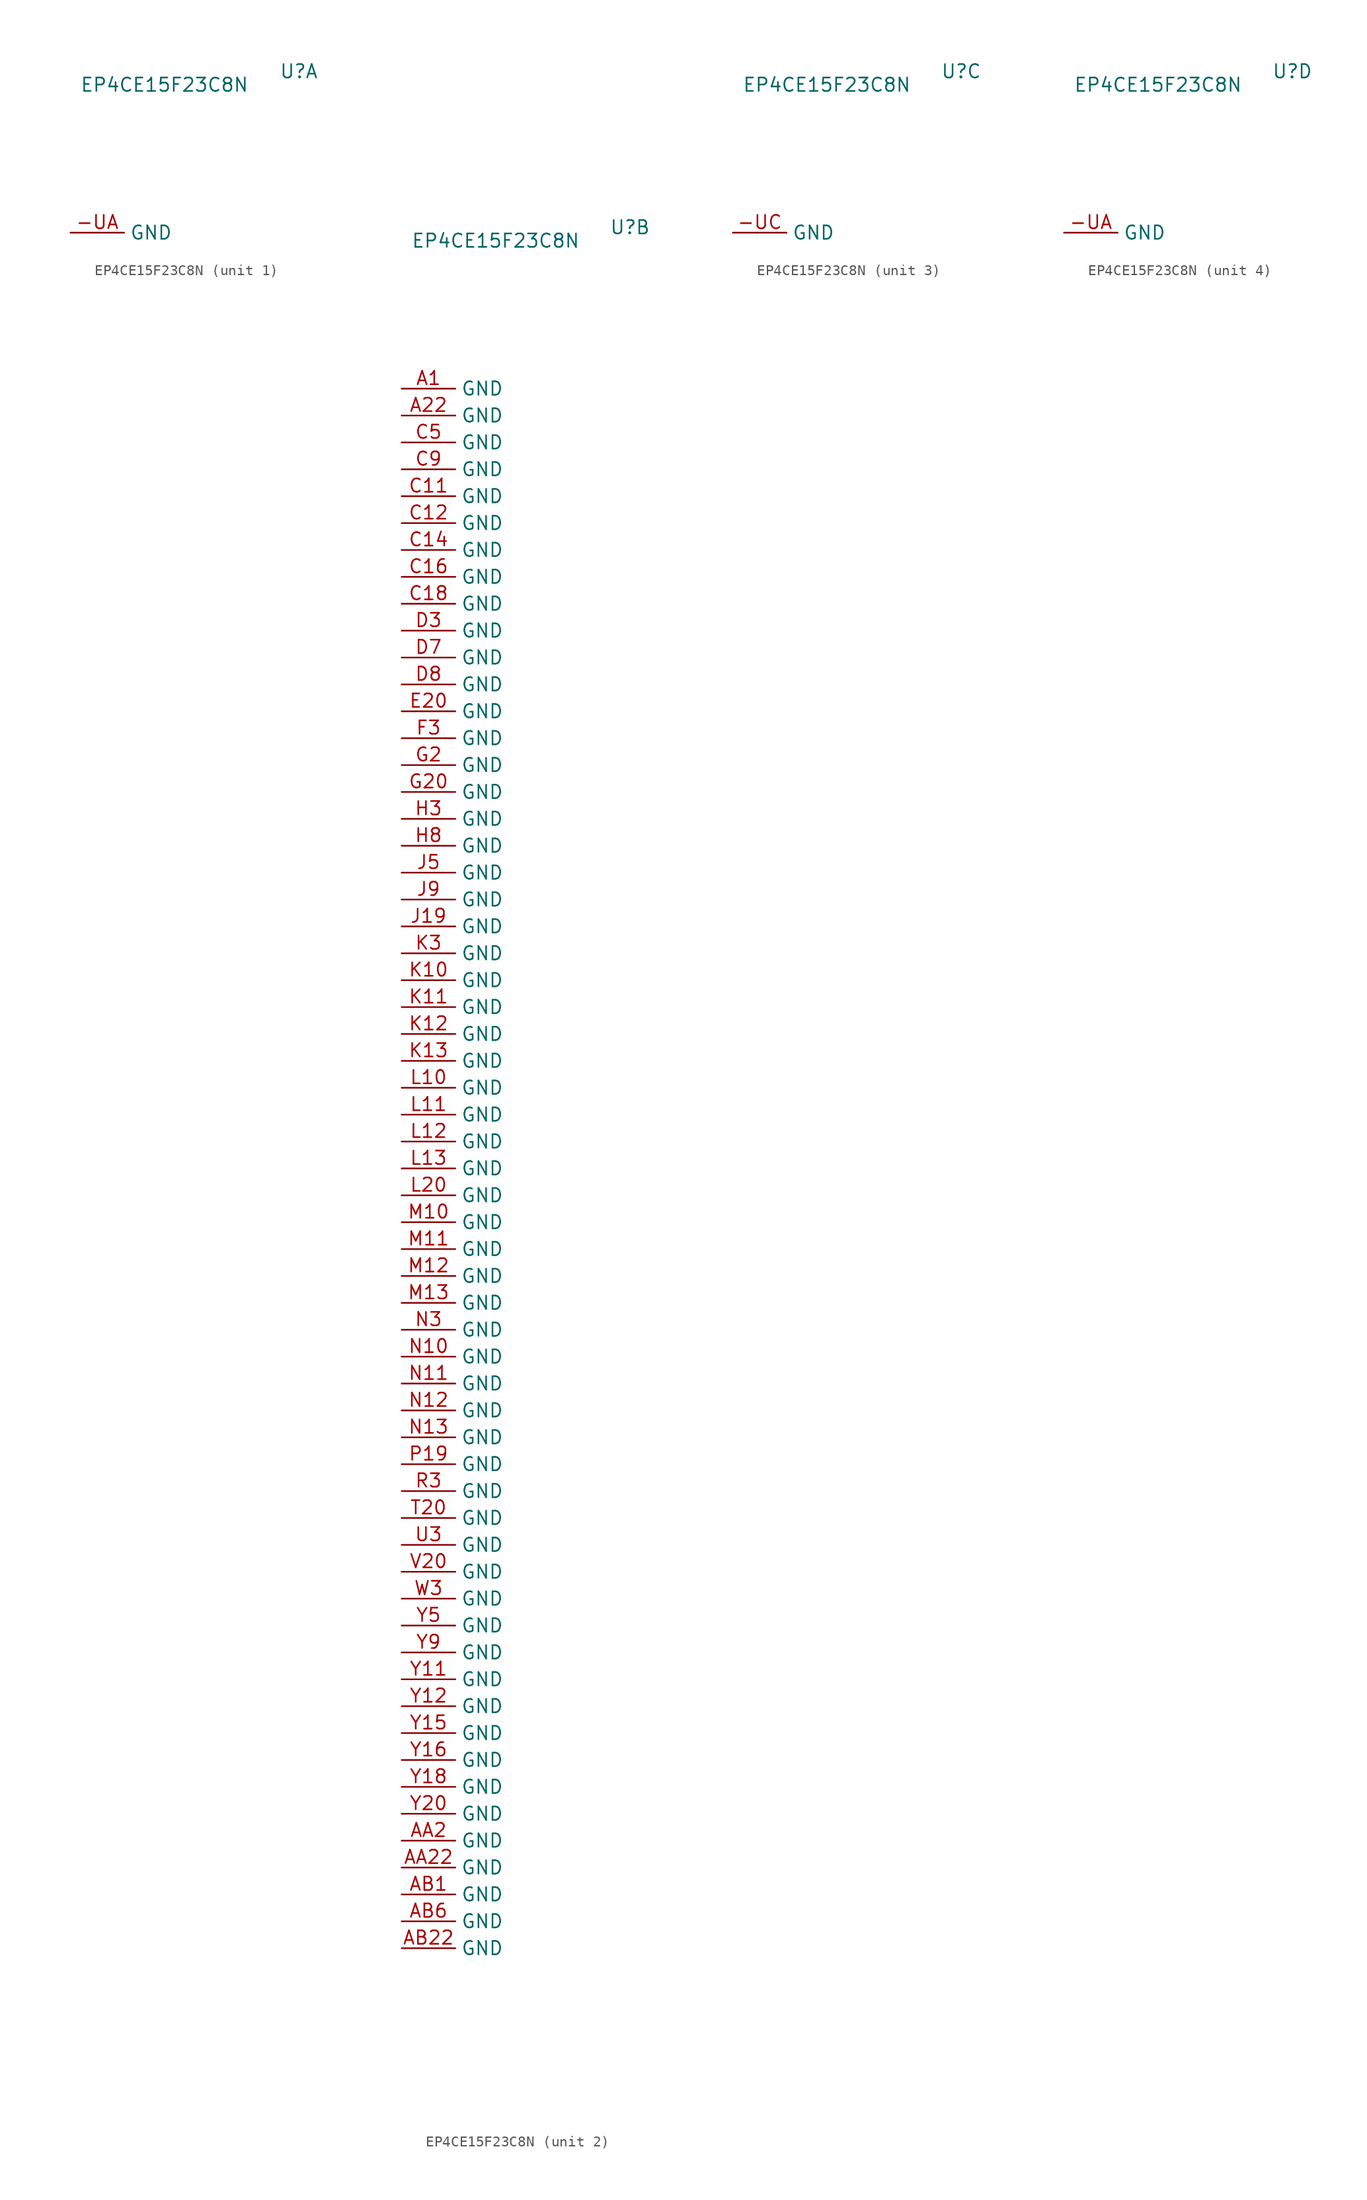
<source format=kicad_sym>
(kicad_symbol_lib
  (version 20211014)
  (generator kicad_symbol_editor)
  (symbol "EP4CE15F23C8N"
    (property "Reference" "U"
      (at 2.54 12.7 0)
      (effects (font (size 1.27 1.27))))
    (property "Value" "EP4CE15F23C8N"
      (at -10.16 11.43 0)
      (effects (font (size 1.27 1.27))))
    (symbol "EP4CE15F23C8N_1_1"
      (pin power_out line (at -19.05 -2.54 0) (length 5.08) (name "GND" (effects (font (size 1.27 1.27)))) (number "-UA" (effects (font (size 1.27 1.27))))))
    (symbol "EP4CE15F23C8N_2_1"
      (pin power_out line (at -19.05 -2.54 0) (length 5.08) (name "GND" (effects (font (size 1.27 1.27)))) (number "A1" (effects (font (size 1.27 1.27)))))
      (pin power_out line (at -19.05 -5.08 0) (length 5.08) (name "GND" (effects (font (size 1.27 1.27)))) (number "A22" (effects (font (size 1.27 1.27)))))
      (pin power_out line (at -19.05 -139.7 0) (length 5.08) (name "GND" (effects (font (size 1.27 1.27)))) (number "AA2" (effects (font (size 1.27 1.27)))))
      (pin power_out line (at -19.05 -142.24 0) (length 5.08) (name "GND" (effects (font (size 1.27 1.27)))) (number "AA22" (effects (font (size 1.27 1.27)))))
      (pin power_out line (at -19.05 -144.78 0) (length 5.08) (name "GND" (effects (font (size 1.27 1.27)))) (number "AB1" (effects (font (size 1.27 1.27)))))
      (pin power_out line (at -19.05 -149.86 0) (length 5.08) (name "GND" (effects (font (size 1.27 1.27)))) (number "AB22" (effects (font (size 1.27 1.27)))))
      (pin power_out line (at -19.05 -147.32 0) (length 5.08) (name "GND" (effects (font (size 1.27 1.27)))) (number "AB6" (effects (font (size 1.27 1.27)))))
      (pin power_out line (at -19.05 -12.7 0) (length 5.08) (name "GND" (effects (font (size 1.27 1.27)))) (number "C11" (effects (font (size 1.27 1.27)))))
      (pin power_out line (at -19.05 -15.24 0) (length 5.08) (name "GND" (effects (font (size 1.27 1.27)))) (number "C12" (effects (font (size 1.27 1.27)))))
      (pin power_out line (at -19.05 -17.78 0) (length 5.08) (name "GND" (effects (font (size 1.27 1.27)))) (number "C14" (effects (font (size 1.27 1.27)))))
      (pin power_out line (at -19.05 -20.32 0) (length 5.08) (name "GND" (effects (font (size 1.27 1.27)))) (number "C16" (effects (font (size 1.27 1.27)))))
      (pin power_out line (at -19.05 -22.86 0) (length 5.08) (name "GND" (effects (font (size 1.27 1.27)))) (number "C18" (effects (font (size 1.27 1.27)))))
      (pin power_out line (at -19.05 -7.62 0) (length 5.08) (name "GND" (effects (font (size 1.27 1.27)))) (number "C5" (effects (font (size 1.27 1.27)))))
      (pin power_out line (at -19.05 -10.16 0) (length 5.08) (name "GND" (effects (font (size 1.27 1.27)))) (number "C9" (effects (font (size 1.27 1.27)))))
      (pin power_out line (at -19.05 -25.4 0) (length 5.08) (name "GND" (effects (font (size 1.27 1.27)))) (number "D3" (effects (font (size 1.27 1.27)))))
      (pin power_out line (at -19.05 -27.94 0) (length 5.08) (name "GND" (effects (font (size 1.27 1.27)))) (number "D7" (effects (font (size 1.27 1.27)))))
      (pin power_out line (at -19.05 -30.48 0) (length 5.08) (name "GND" (effects (font (size 1.27 1.27)))) (number "D8" (effects (font (size 1.27 1.27)))))
      (pin power_out line (at -19.05 -33.02 0) (length 5.08) (name "GND" (effects (font (size 1.27 1.27)))) (number "E20" (effects (font (size 1.27 1.27)))))
      (pin power_out line (at -19.05 -35.56 0) (length 5.08) (name "GND" (effects (font (size 1.27 1.27)))) (number "F3" (effects (font (size 1.27 1.27)))))
      (pin power_out line (at -19.05 -38.1 0) (length 5.08) (name "GND" (effects (font (size 1.27 1.27)))) (number "G2" (effects (font (size 1.27 1.27)))))
      (pin power_out line (at -19.05 -40.64 0) (length 5.08) (name "GND" (effects (font (size 1.27 1.27)))) (number "G20" (effects (font (size 1.27 1.27)))))
      (pin power_out line (at -19.05 -43.18 0) (length 5.08) (name "GND" (effects (font (size 1.27 1.27)))) (number "H3" (effects (font (size 1.27 1.27)))))
      (pin power_out line (at -19.05 -45.72 0) (length 5.08) (name "GND" (effects (font (size 1.27 1.27)))) (number "H8" (effects (font (size 1.27 1.27)))))
      (pin power_out line (at -19.05 -53.34 0) (length 5.08) (name "GND" (effects (font (size 1.27 1.27)))) (number "J19" (effects (font (size 1.27 1.27)))))
      (pin power_out line (at -19.05 -48.26 0) (length 5.08) (name "GND" (effects (font (size 1.27 1.27)))) (number "J5" (effects (font (size 1.27 1.27)))))
      (pin power_out line (at -19.05 -50.8 0) (length 5.08) (name "GND" (effects (font (size 1.27 1.27)))) (number "J9" (effects (font (size 1.27 1.27)))))
      (pin power_out line (at -19.05 -58.42 0) (length 5.08) (name "GND" (effects (font (size 1.27 1.27)))) (number "K10" (effects (font (size 1.27 1.27)))))
      (pin power_out line (at -19.05 -60.96 0) (length 5.08) (name "GND" (effects (font (size 1.27 1.27)))) (number "K11" (effects (font (size 1.27 1.27)))))
      (pin power_out line (at -19.05 -63.5 0) (length 5.08) (name "GND" (effects (font (size 1.27 1.27)))) (number "K12" (effects (font (size 1.27 1.27)))))
      (pin power_out line (at -19.05 -66.04 0) (length 5.08) (name "GND" (effects (font (size 1.27 1.27)))) (number "K13" (effects (font (size 1.27 1.27)))))
      (pin power_out line (at -19.05 -55.88 0) (length 5.08) (name "GND" (effects (font (size 1.27 1.27)))) (number "K3" (effects (font (size 1.27 1.27)))))
      (pin power_out line (at -19.05 -68.58 0) (length 5.08) (name "GND" (effects (font (size 1.27 1.27)))) (number "L10" (effects (font (size 1.27 1.27)))))
      (pin power_out line (at -19.05 -71.12 0) (length 5.08) (name "GND" (effects (font (size 1.27 1.27)))) (number "L11" (effects (font (size 1.27 1.27)))))
      (pin power_out line (at -19.05 -73.66 0) (length 5.08) (name "GND" (effects (font (size 1.27 1.27)))) (number "L12" (effects (font (size 1.27 1.27)))))
      (pin power_out line (at -19.05 -76.2 0) (length 5.08) (name "GND" (effects (font (size 1.27 1.27)))) (number "L13" (effects (font (size 1.27 1.27)))))
      (pin power_out line (at -19.05 -78.74 0) (length 5.08) (name "GND" (effects (font (size 1.27 1.27)))) (number "L20" (effects (font (size 1.27 1.27)))))
      (pin power_out line (at -19.05 -81.28 0) (length 5.08) (name "GND" (effects (font (size 1.27 1.27)))) (number "M10" (effects (font (size 1.27 1.27)))))
      (pin power_out line (at -19.05 -83.82 0) (length 5.08) (name "GND" (effects (font (size 1.27 1.27)))) (number "M11" (effects (font (size 1.27 1.27)))))
      (pin power_out line (at -19.05 -86.36 0) (length 5.08) (name "GND" (effects (font (size 1.27 1.27)))) (number "M12" (effects (font (size 1.27 1.27)))))
      (pin power_out line (at -19.05 -88.9 0) (length 5.08) (name "GND" (effects (font (size 1.27 1.27)))) (number "M13" (effects (font (size 1.27 1.27)))))
      (pin power_out line (at -19.05 -93.98 0) (length 5.08) (name "GND" (effects (font (size 1.27 1.27)))) (number "N10" (effects (font (size 1.27 1.27)))))
      (pin power_out line (at -19.05 -96.52 0) (length 5.08) (name "GND" (effects (font (size 1.27 1.27)))) (number "N11" (effects (font (size 1.27 1.27)))))
      (pin power_out line (at -19.05 -99.06 0) (length 5.08) (name "GND" (effects (font (size 1.27 1.27)))) (number "N12" (effects (font (size 1.27 1.27)))))
      (pin power_out line (at -19.05 -101.6 0) (length 5.08) (name "GND" (effects (font (size 1.27 1.27)))) (number "N13" (effects (font (size 1.27 1.27)))))
      (pin power_out line (at -19.05 -91.44 0) (length 5.08) (name "GND" (effects (font (size 1.27 1.27)))) (number "N3" (effects (font (size 1.27 1.27)))))
      (pin power_out line (at -19.05 -104.14 0) (length 5.08) (name "GND" (effects (font (size 1.27 1.27)))) (number "P19" (effects (font (size 1.27 1.27)))))
      (pin power_out line (at -19.05 -106.68 0) (length 5.08) (name "GND" (effects (font (size 1.27 1.27)))) (number "R3" (effects (font (size 1.27 1.27)))))
      (pin power_out line (at -19.05 -109.22 0) (length 5.08) (name "GND" (effects (font (size 1.27 1.27)))) (number "T20" (effects (font (size 1.27 1.27)))))
      (pin power_out line (at -19.05 -111.76 0) (length 5.08) (name "GND" (effects (font (size 1.27 1.27)))) (number "U3" (effects (font (size 1.27 1.27)))))
      (pin power_out line (at -19.05 -114.3 0) (length 5.08) (name "GND" (effects (font (size 1.27 1.27)))) (number "V20" (effects (font (size 1.27 1.27)))))
      (pin power_out line (at -19.05 -116.84 0) (length 5.08) (name "GND" (effects (font (size 1.27 1.27)))) (number "W3" (effects (font (size 1.27 1.27)))))
      (pin power_out line (at -19.05 -124.46 0) (length 5.08) (name "GND" (effects (font (size 1.27 1.27)))) (number "Y11" (effects (font (size 1.27 1.27)))))
      (pin power_out line (at -19.05 -127 0) (length 5.08) (name "GND" (effects (font (size 1.27 1.27)))) (number "Y12" (effects (font (size 1.27 1.27)))))
      (pin power_out line (at -19.05 -129.54 0) (length 5.08) (name "GND" (effects (font (size 1.27 1.27)))) (number "Y15" (effects (font (size 1.27 1.27)))))
      (pin power_out line (at -19.05 -132.08 0) (length 5.08) (name "GND" (effects (font (size 1.27 1.27)))) (number "Y16" (effects (font (size 1.27 1.27)))))
      (pin power_out line (at -19.05 -134.62 0) (length 5.08) (name "GND" (effects (font (size 1.27 1.27)))) (number "Y18" (effects (font (size 1.27 1.27)))))
      (pin power_out line (at -19.05 -137.16 0) (length 5.08) (name "GND" (effects (font (size 1.27 1.27)))) (number "Y20" (effects (font (size 1.27 1.27)))))
      (pin power_out line (at -19.05 -119.38 0) (length 5.08) (name "GND" (effects (font (size 1.27 1.27)))) (number "Y5" (effects (font (size 1.27 1.27)))))
      (pin power_out line (at -19.05 -121.92 0) (length 5.08) (name "GND" (effects (font (size 1.27 1.27)))) (number "Y9" (effects (font (size 1.27 1.27))))))
    (symbol "EP4CE15F23C8N_3_1"
      (pin power_out line (at -19.05 -2.54 0) (length 5.08) (name "GND" (effects (font (size 1.27 1.27)))) (number "-UC" (effects (font (size 1.27 1.27))))))
    (symbol "EP4CE15F23C8N_4_1"
      (pin power_out line (at -19.05 -2.54 0) (length 5.08) (name "GND" (effects (font (size 1.27 1.27)))) (number "-UA" (effects (font (size 1.27 1.27))))))))
</source>
